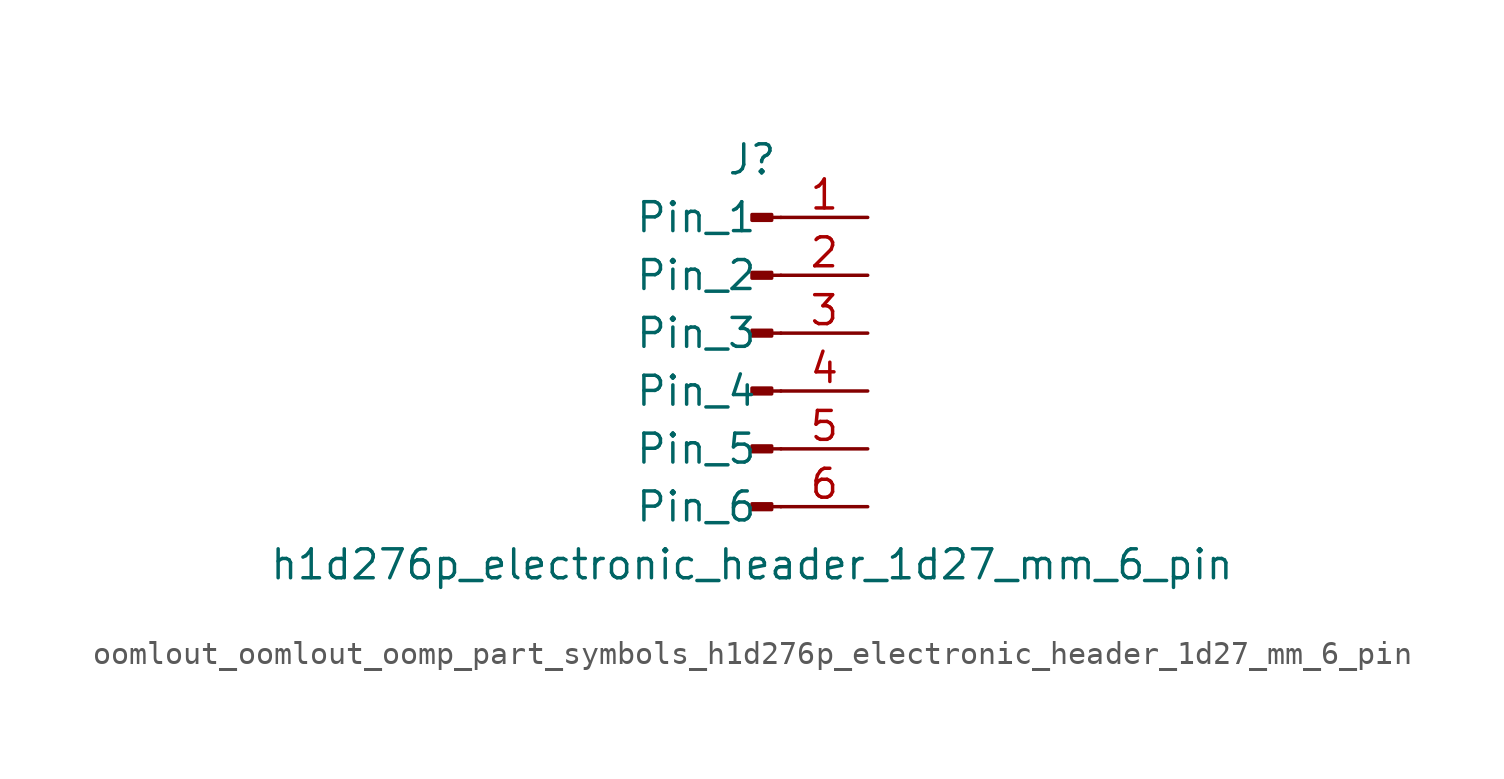
<source format=kicad_sym>
(kicad_symbol_lib
  (version 20220914)
  (generator kicad_symbol_editor)
  (symbol "oomlout_oomlout_oomp_part_symbols_h1d276p_electronic_header_1d27_mm_6_pin"
    (pin_names
      (offset 1.016))
    (property "Reference" "J"
      (at 0 7.62 0)
      (effects (font (size 1.27 1.27))))
    (property "Value" "h1d276p_electronic_header_1d27_mm_6_pin"
      (at 0 -10.16 0)
      (effects (font (size 1.27 1.27))))
    (property "ki_locked" ""
      (at 0 0 0)
      (effects (font (size 1.27 1.27))))
    (symbol "oomlout_oomlout_oomp_part_symbols_h1d276p_electronic_header_1d27_mm_6_pin_1_1"
      (polyline (pts (xy 1.27 -7.62) (xy 0.864 -7.62)) (stroke (width 0.152) (type default)) (fill (type none)))
      (polyline (pts (xy 1.27 -5.08) (xy 0.864 -5.08)) (stroke (width 0.152) (type default)) (fill (type none)))
      (polyline (pts (xy 1.27 -2.54) (xy 0.864 -2.54)) (stroke (width 0.152) (type default)) (fill (type none)))
      (polyline (pts (xy 1.27 0) (xy 0.864 0)) (stroke (width 0.152) (type default)) (fill (type none)))
      (polyline (pts (xy 1.27 2.54) (xy 0.864 2.54)) (stroke (width 0.152) (type default)) (fill (type none)))
      (polyline (pts (xy 1.27 5.08) (xy 0.864 5.08)) (stroke (width 0.152) (type default)) (fill (type none)))
      (rectangle (start 0.864 -7.493) (end 0 -7.747) (stroke (width 0.152) (type default)) (fill (type outline)))
      (rectangle (start 0.864 -4.953) (end 0 -5.207) (stroke (width 0.152) (type default)) (fill (type outline)))
      (rectangle (start 0.864 -2.413) (end 0 -2.667) (stroke (width 0.152) (type default)) (fill (type outline)))
      (rectangle (start 0.864 0.127) (end 0 -0.127) (stroke (width 0.152) (type default)) (fill (type outline)))
      (rectangle (start 0.864 2.667) (end 0 2.413) (stroke (width 0.152) (type default)) (fill (type outline)))
      (rectangle (start 0.864 5.207) (end 0 4.953) (stroke (width 0.152) (type default)) (fill (type outline)))
      (pin passive line (at 5.08 5.08 180) (length 3.81) (name "Pin_1" (effects (font (size 1.27 1.27)))) (number "1" (effects (font (size 1.27 1.27)))))
      (pin passive line (at 5.08 2.54 180) (length 3.81) (name "Pin_2" (effects (font (size 1.27 1.27)))) (number "2" (effects (font (size 1.27 1.27)))))
      (pin passive line (at 5.08 0 180) (length 3.81) (name "Pin_3" (effects (font (size 1.27 1.27)))) (number "3" (effects (font (size 1.27 1.27)))))
      (pin passive line (at 5.08 -2.54 180) (length 3.81) (name "Pin_4" (effects (font (size 1.27 1.27)))) (number "4" (effects (font (size 1.27 1.27)))))
      (pin passive line (at 5.08 -5.08 180) (length 3.81) (name "Pin_5" (effects (font (size 1.27 1.27)))) (number "5" (effects (font (size 1.27 1.27)))))
      (pin passive line (at 5.08 -7.62 180) (length 3.81) (name "Pin_6" (effects (font (size 1.27 1.27)))) (number "6" (effects (font (size 1.27 1.27))))))))
</source>
